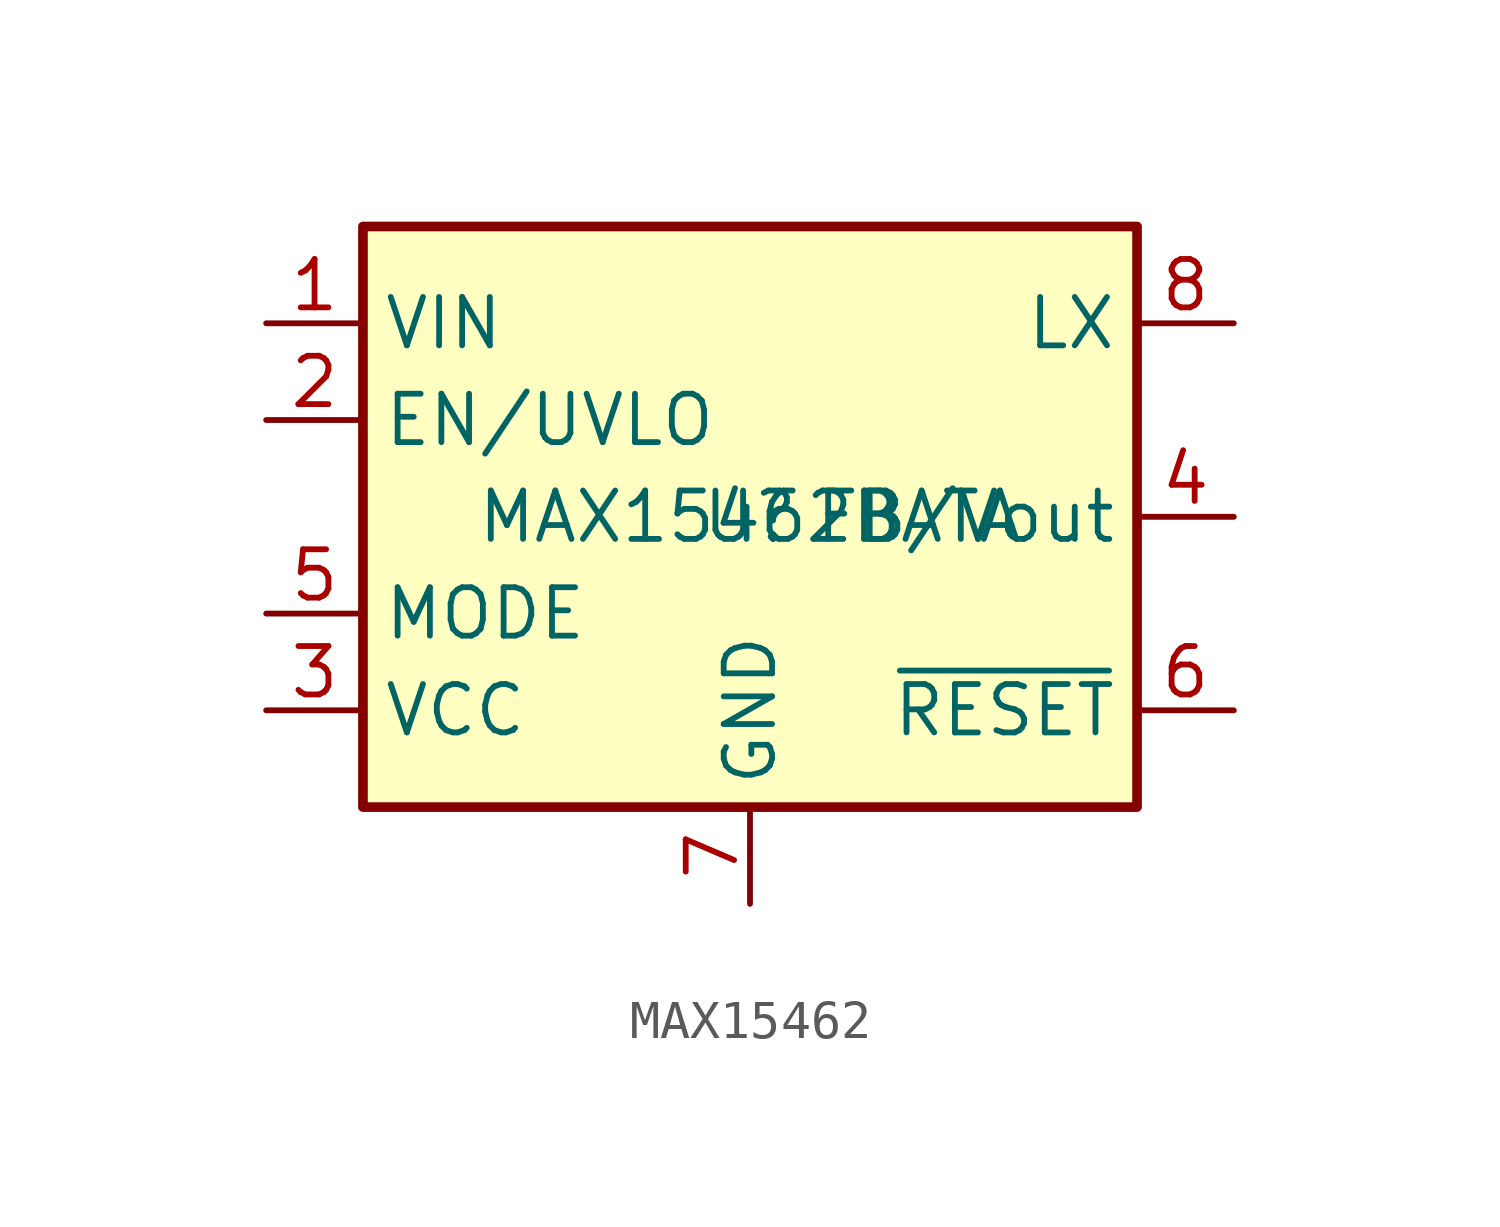
<source format=kicad_sym>
(kicad_symbol_lib
  (version 20220914)
  (generator kicad_symbol_editor)
  (symbol "MAX15462"
    (property "Reference" "U"
      (at 0 0 0)
      (effects (font (size 1.27 1.27))))
    (property "Value" "MAX15462BATA"
      (at 0 0 0)
      (effects (font (size 1.27 1.27))))
    (symbol "MAX15462_0_1"
      (rectangle (start -10.16 7.62) (end 10.16 -7.62) (stroke (width 0.254) (type default)) (fill (type background))))
    (symbol "MAX15462_1_1"
      (pin power_in line (at -12.7 5.08 0) (length 2.54) (name "VIN" (effects (font (size 1.27 1.27)))) (number "1" (effects (font (size 1.27 1.27)))))
      (pin input line (at -12.7 2.54 0) (length 2.54) (name "EN/UVLO" (effects (font (size 1.27 1.27)))) (number "2" (effects (font (size 1.27 1.27)))))
      (pin power_out line (at -12.7 -5.08 0) (length 2.54) (name "VCC" (effects (font (size 1.27 1.27)))) (number "3" (effects (font (size 1.27 1.27)))))
      (pin input line (at 12.7 0 180) (length 2.54) (name "FB/Vout" (effects (font (size 1.27 1.27)))) (number "4" (effects (font (size 1.27 1.27)))))
      (pin input line (at -12.7 -2.54 0) (length 2.54) (name "MODE" (effects (font (size 1.27 1.27)))) (number "5" (effects (font (size 1.27 1.27)))))
      (pin open_collector line (at 12.7 -5.08 180) (length 2.54) (name "~{RESET}" (effects (font (size 1.27 1.27)))) (number "6" (effects (font (size 1.27 1.27)))))
      (pin power_in line (at 0 -10.16 90) (length 2.54) (name "GND" (effects (font (size 1.27 1.27)))) (number "7" (effects (font (size 1.27 1.27)))))
      (pin power_out line (at 12.7 5.08 180) (length 2.54) (name "LX" (effects (font (size 1.27 1.27)))) (number "8" (effects (font (size 1.27 1.27))))))))
</source>
